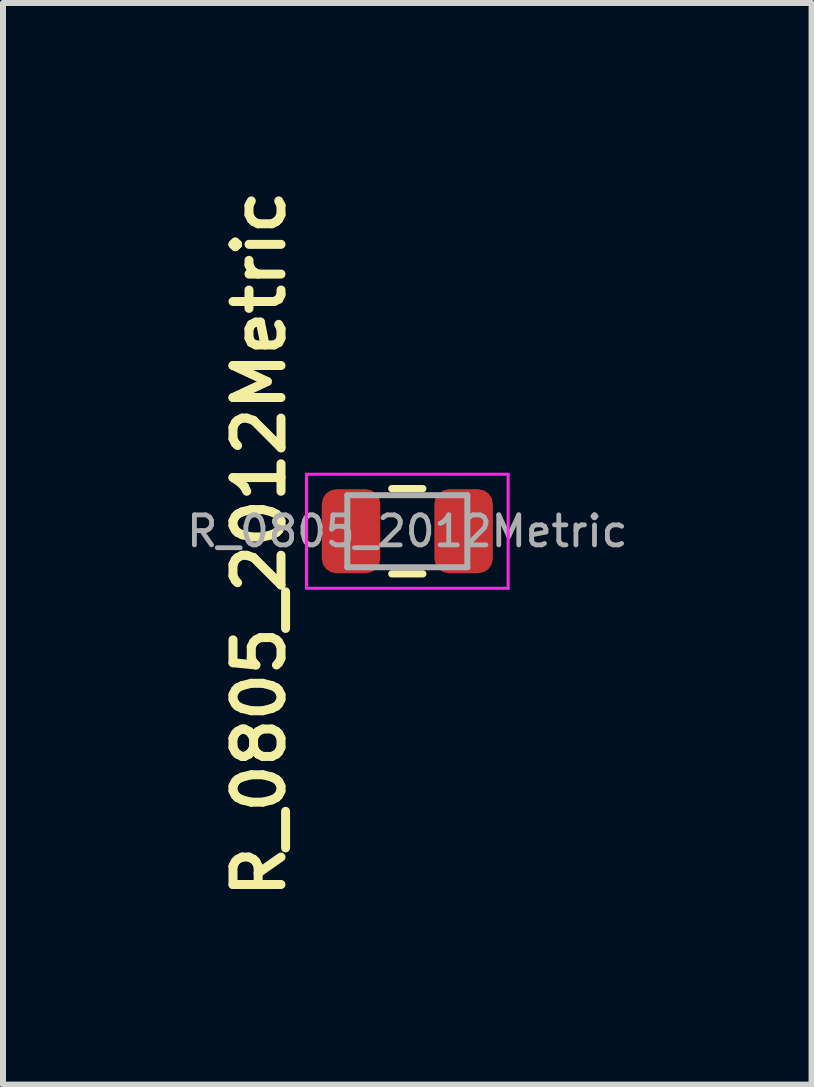
<source format=kicad_pcb>
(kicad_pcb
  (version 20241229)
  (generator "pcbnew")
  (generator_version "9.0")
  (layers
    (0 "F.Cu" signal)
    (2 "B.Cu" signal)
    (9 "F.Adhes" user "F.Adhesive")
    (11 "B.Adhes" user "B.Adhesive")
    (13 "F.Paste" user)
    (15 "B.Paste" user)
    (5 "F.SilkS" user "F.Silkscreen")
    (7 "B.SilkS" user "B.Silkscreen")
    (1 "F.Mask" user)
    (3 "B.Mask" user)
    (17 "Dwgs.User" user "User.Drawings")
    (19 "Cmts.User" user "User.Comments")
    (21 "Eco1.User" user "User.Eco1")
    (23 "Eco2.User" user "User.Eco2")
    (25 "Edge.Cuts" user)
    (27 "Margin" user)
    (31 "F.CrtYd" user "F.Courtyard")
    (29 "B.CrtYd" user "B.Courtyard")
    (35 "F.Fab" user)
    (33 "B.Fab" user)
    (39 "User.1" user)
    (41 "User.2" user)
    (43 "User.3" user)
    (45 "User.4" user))
  (footprint "R_0805_2012Metric"
    (layer "F.Cu")
    (at 3.737 5.802)
    (property "Reference" "R_0805_2012Metric" (at -2.467 0.21 270) (layer "F.SilkS") (effects (font (size 0.8 0.8) (thickness 0.15))))
    (attr smd)
    (fp_line (start -0.259 -0.71) (end 0.259 -0.71) (stroke (width 0.12) (type solid)) (layer "F.SilkS"))
    (fp_line (start -0.259 0.71) (end 0.259 0.71) (stroke (width 0.12) (type solid)) (layer "F.SilkS"))
    (fp_line (start -1.68 -0.95) (end 1.68 -0.95) (stroke (width 0.05) (type solid)) (layer "F.CrtYd"))
    (fp_line (start -1.68 0.95) (end -1.68 -0.95) (stroke (width 0.05) (type solid)) (layer "F.CrtYd"))
    (fp_line (start 1.68 -0.95) (end 1.68 0.95) (stroke (width 0.05) (type solid)) (layer "F.CrtYd"))
    (fp_line (start 1.68 0.95) (end -1.68 0.95) (stroke (width 0.05) (type solid)) (layer "F.CrtYd"))
    (fp_line (start -1 -0.6) (end 1 -0.6) (stroke (width 0.1) (type solid)) (layer "F.Fab"))
    (fp_line (start -1 0.6) (end -1 -0.6) (stroke (width 0.1) (type solid)) (layer "F.Fab"))
    (fp_line (start 1 -0.6) (end 1 0.6) (stroke (width 0.1) (type solid)) (layer "F.Fab"))
    (fp_line (start 1 0.6) (end -1 0.6) (stroke (width 0.1) (type solid)) (layer "F.Fab"))
    (fp_text user "${REFERENCE}" (at 0 0 0) (layer "F.Fab") (effects (font (size 0.5 0.5) (thickness 0.08))))
    (pad "1" smd roundrect (at -0.938 0) (size 0.975 1.4) (layers "F.Cu" "F.Mask" "F.Paste") (roundrect_rratio 0.25))
    (pad "2" smd roundrect (at 0.938 0) (size 0.975 1.4) (layers "F.Cu" "F.Mask" "F.Paste") (roundrect_rratio 0.25)))
  (gr_rect
    (start -3 -3)
    (end 10.473 15.023)
    (stroke (width 0.1) (type default))
    (fill no)
    (layer "Edge.Cuts")))
</source>
